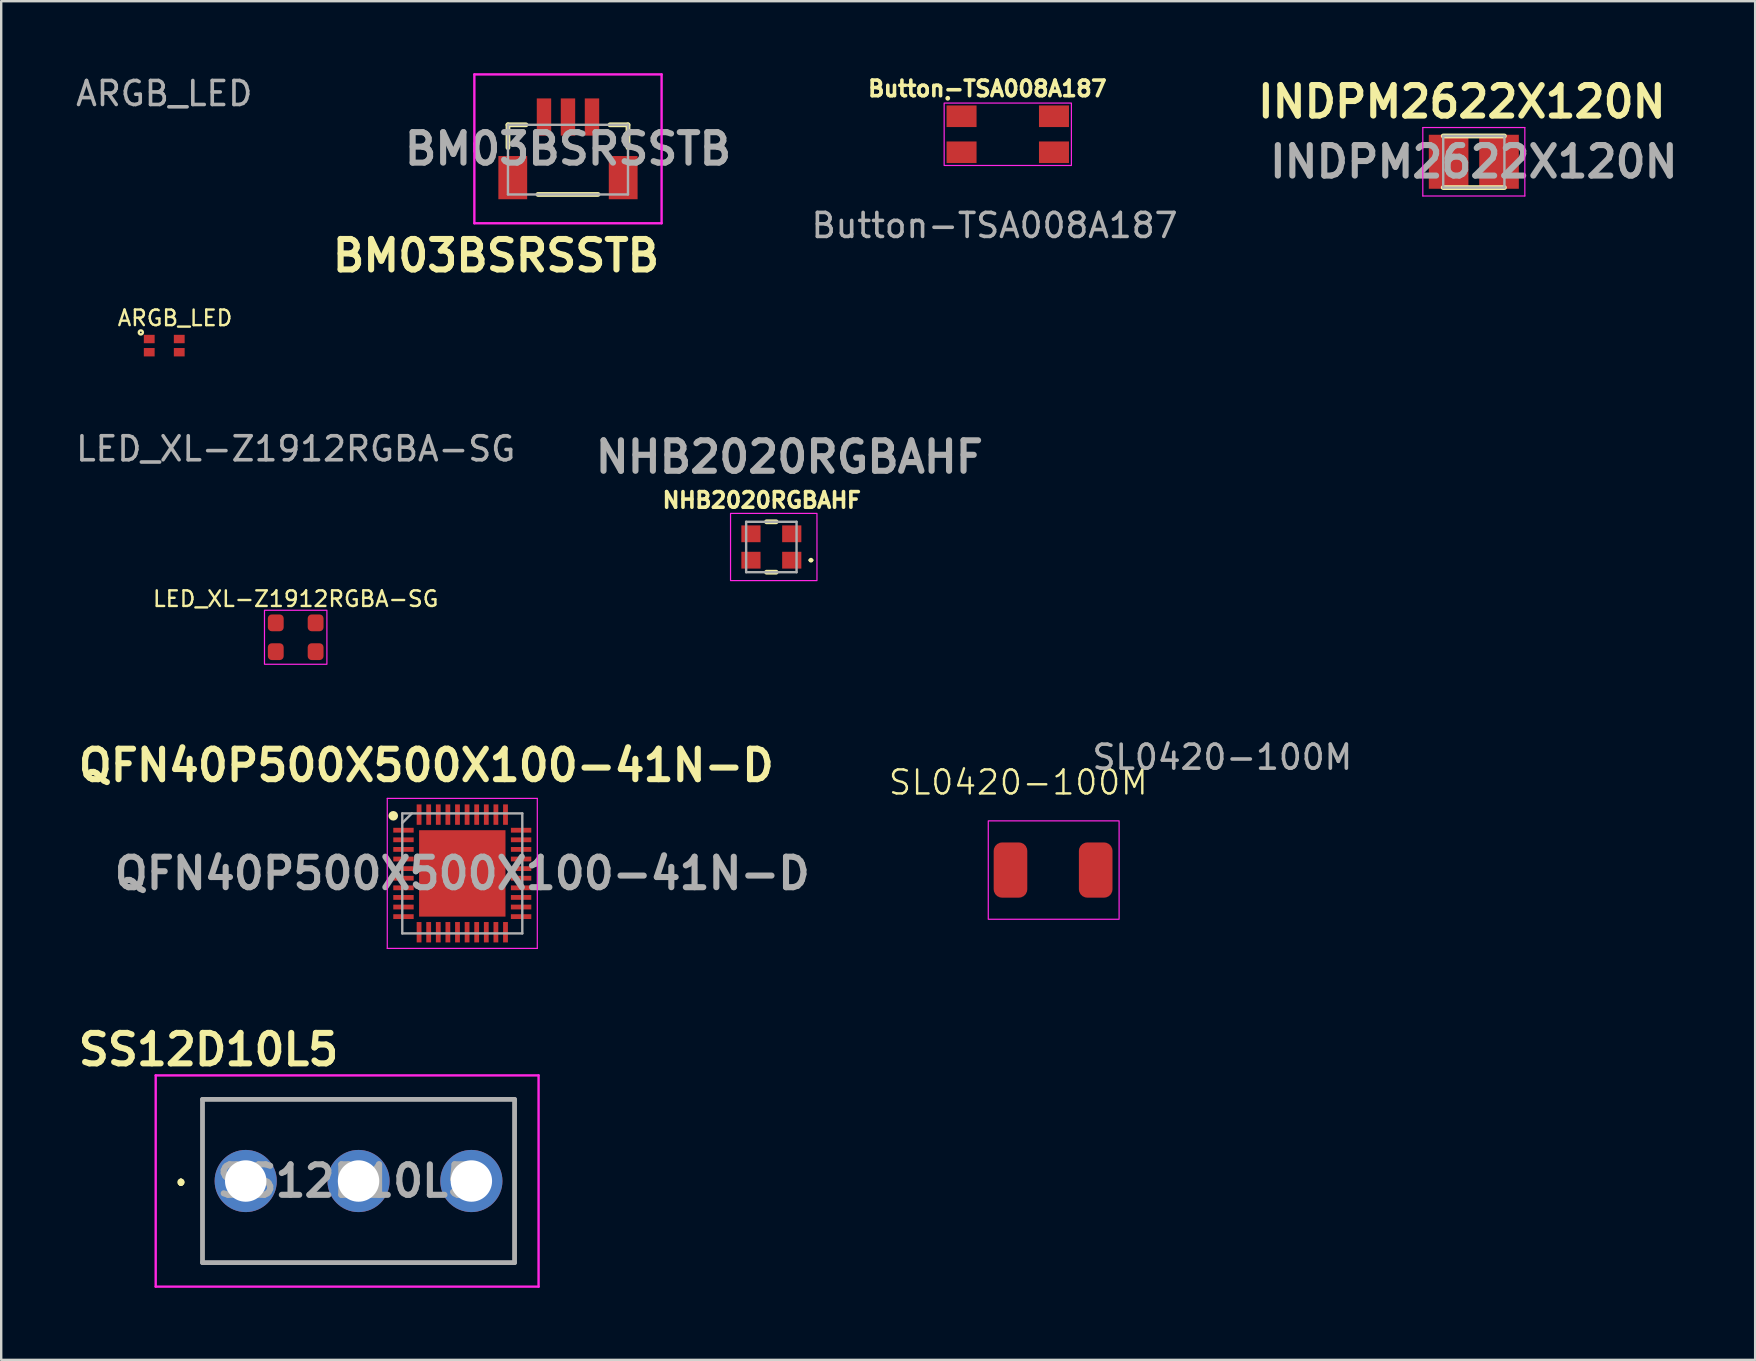
<source format=kicad_pcb>
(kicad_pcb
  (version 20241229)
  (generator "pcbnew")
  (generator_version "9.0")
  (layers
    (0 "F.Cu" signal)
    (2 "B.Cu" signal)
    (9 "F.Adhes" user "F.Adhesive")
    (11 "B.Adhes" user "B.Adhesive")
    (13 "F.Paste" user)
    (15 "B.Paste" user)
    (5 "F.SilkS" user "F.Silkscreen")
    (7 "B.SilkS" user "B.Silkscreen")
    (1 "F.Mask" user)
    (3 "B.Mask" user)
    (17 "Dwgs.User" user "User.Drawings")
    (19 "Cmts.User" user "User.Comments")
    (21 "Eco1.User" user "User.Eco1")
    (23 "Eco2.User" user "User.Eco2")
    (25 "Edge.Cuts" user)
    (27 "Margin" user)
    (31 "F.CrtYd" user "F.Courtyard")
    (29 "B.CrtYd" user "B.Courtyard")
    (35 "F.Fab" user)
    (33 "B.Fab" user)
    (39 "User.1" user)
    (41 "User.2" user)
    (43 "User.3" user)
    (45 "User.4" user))
  (footprint "BM03BSRSSTB"
    (layer "F.Cu")
    (at 20.611 3.6)
    (property "Reference" "BM03BSRSSTB" (at -3 4 0) (layer "F.SilkS") (effects (font (size 1.27 1.27) (thickness 0.254))))
    (attr smd)
    (fp_line (start -2.5 -1.45) (end -2.5 -0.5) (stroke (width 0.2) (type solid)) (layer "F.SilkS"))
    (fp_line (start -1.75 -1.45) (end -2.5 -1.45) (stroke (width 0.2) (type solid)) (layer "F.SilkS"))
    (fp_line (start 1.25 1.45) (end -1.25 1.45) (stroke (width 0.2) (type solid)) (layer "F.SilkS"))
    (fp_line (start 2.5 -1.45) (end 1.75 -1.45) (stroke (width 0.2) (type solid)) (layer "F.SilkS"))
    (fp_line (start 2.5 -0.5) (end 2.5 -1.45) (stroke (width 0.2) (type solid)) (layer "F.SilkS"))
    (fp_line (start -3.9 -3.55) (end -3.9 2.65) (stroke (width 0.1) (type solid)) (layer "F.CrtYd"))
    (fp_line (start -3.9 2.65) (end 3.9 2.65) (stroke (width 0.1) (type solid)) (layer "F.CrtYd"))
    (fp_line (start 3.9 -3.55) (end -3.9 -3.55) (stroke (width 0.1) (type solid)) (layer "F.CrtYd"))
    (fp_line (start 3.9 2.65) (end 3.9 -3.55) (stroke (width 0.1) (type solid)) (layer "F.CrtYd"))
    (fp_line (start -2.5 -1.45) (end 2.5 -1.45) (stroke (width 0.1) (type solid)) (layer "F.Fab"))
    (fp_line (start -2.5 1.45) (end -2.5 -1.45) (stroke (width 0.1) (type solid)) (layer "F.Fab"))
    (fp_line (start 2.5 -1.45) (end 2.5 1.45) (stroke (width 0.1) (type solid)) (layer "F.Fab"))
    (fp_line (start 2.5 1.45) (end -2.5 1.45) (stroke (width 0.1) (type solid)) (layer "F.Fab"))
    (fp_text user "${REFERENCE}" (at 0 -0.45 0) (layer "F.Fab") (effects (font (size 1.27 1.27) (thickness 0.254))))
    (pad "1" smd rect (at 1 -1.775) (size 0.6 1.55) (layers "F.Cu" "F.Mask" "F.Paste"))
    (pad "2" smd rect (at 0 -1.775) (size 0.6 1.55) (layers "F.Cu" "F.Mask" "F.Paste"))
    (pad "3" smd rect (at -1 -1.775) (size 0.6 1.55) (layers "F.Cu" "F.Mask" "F.Paste"))
    (pad "MP1" smd rect (at 2.3 0.75) (size 1.2 1.8) (layers "F.Cu" "F.Mask" "F.Paste"))
    (pad "MP2" smd rect (at -2.3 0.75) (size 1.2 1.8) (layers "F.Cu" "F.Mask" "F.Paste")))
  (footprint "SS12D10L5"
    (layer "F.Cu")
    (at 7.186 46.149)
    (property "Reference" "SS12D10L5" (at -1.55 -5.475 0) (layer "F.SilkS") (effects (font (size 1.27 1.27) (thickness 0.254))))
    (attr through_hole)
    (fp_line (start -2.7 0) (end -2.7 0) (stroke (width 0.2) (type solid)) (layer "F.SilkS"))
    (fp_line (start -2.7 0.1) (end -2.7 0.1) (stroke (width 0.2) (type solid)) (layer "F.SilkS"))
    (fp_line (start -2.7 0.1) (end -2.7 0.1) (stroke (width 0.2) (type solid)) (layer "F.SilkS"))
    (fp_line (start -1.8 -3.4) (end -1.8 -3.4) (stroke (width 0.1) (type solid)) (layer "F.SilkS"))
    (fp_line (start -1.8 -3.4) (end -1.8 -3.4) (stroke (width 0.1) (type solid)) (layer "F.SilkS"))
    (fp_line (start -1.8 -3.4) (end -1.8 -2.25) (stroke (width 0.1) (type solid)) (layer "F.SilkS"))
    (fp_line (start -1.8 -3.4) (end 11.2 -3.4) (stroke (width 0.1) (type solid)) (layer "F.SilkS"))
    (fp_line (start -1.8 -2.25) (end -1.8 -3.4) (stroke (width 0.1) (type solid)) (layer "F.SilkS"))
    (fp_line (start -1.8 -2.25) (end -1.8 -2.25) (stroke (width 0.1) (type solid)) (layer "F.SilkS"))
    (fp_line (start -1.8 2) (end -1.8 2) (stroke (width 0.1) (type solid)) (layer "F.SilkS"))
    (fp_line (start -1.8 2) (end -1.8 3.4) (stroke (width 0.1) (type solid)) (layer "F.SilkS"))
    (fp_line (start -1.8 3.4) (end -1.8 2) (stroke (width 0.1) (type solid)) (layer "F.SilkS"))
    (fp_line (start -1.8 3.4) (end -1.8 3.4) (stroke (width 0.1) (type solid)) (layer "F.SilkS"))
    (fp_line (start -1.8 3.4) (end -1.8 3.4) (stroke (width 0.1) (type solid)) (layer "F.SilkS"))
    (fp_line (start -1.8 3.4) (end 11.2 3.4) (stroke (width 0.1) (type solid)) (layer "F.SilkS"))
    (fp_line (start 11.2 -3.4) (end -1.8 -3.4) (stroke (width 0.1) (type solid)) (layer "F.SilkS"))
    (fp_line (start 11.2 -3.4) (end 11.2 -3.4) (stroke (width 0.1) (type solid)) (layer "F.SilkS"))
    (fp_line (start 11.2 -3.4) (end 11.2 -3.4) (stroke (width 0.1) (type solid)) (layer "F.SilkS"))
    (fp_line (start 11.2 -3.4) (end 11.2 -2) (stroke (width 0.1) (type solid)) (layer "F.SilkS"))
    (fp_line (start 11.2 -2) (end 11.2 -3.4) (stroke (width 0.1) (type solid)) (layer "F.SilkS"))
    (fp_line (start 11.2 -2) (end 11.2 -2) (stroke (width 0.1) (type solid)) (layer "F.SilkS"))
    (fp_line (start 11.2 2) (end 11.2 2) (stroke (width 0.1) (type solid)) (layer "F.SilkS"))
    (fp_line (start 11.2 2) (end 11.2 3.4) (stroke (width 0.1) (type solid)) (layer "F.SilkS"))
    (fp_line (start 11.2 3.4) (end -1.8 3.4) (stroke (width 0.1) (type solid)) (layer "F.SilkS"))
    (fp_line (start 11.2 3.4) (end 11.2 2) (stroke (width 0.1) (type solid)) (layer "F.SilkS"))
    (fp_line (start 11.2 3.4) (end 11.2 3.4) (stroke (width 0.1) (type solid)) (layer "F.SilkS"))
    (fp_line (start 11.2 3.4) (end 11.2 3.4) (stroke (width 0.1) (type solid)) (layer "F.SilkS"))
    (fp_arc (start -2.7 0) (mid -2.65 0.05) (end -2.7 0.1) (stroke (width 0.2) (type solid)) (layer "F.SilkS"))
    (fp_arc (start -2.7 0) (mid -2.65 0.05) (end -2.7 0.1) (stroke (width 0.2) (type solid)) (layer "F.SilkS"))
    (fp_arc (start -2.7 0.1) (mid -2.75 0.05) (end -2.7 0) (stroke (width 0.2) (type solid)) (layer "F.SilkS"))
    (fp_line (start -3.75 -4.4) (end 12.2 -4.4) (stroke (width 0.1) (type solid)) (layer "F.CrtYd"))
    (fp_line (start -3.75 4.4) (end -3.75 -4.4) (stroke (width 0.1) (type solid)) (layer "F.CrtYd"))
    (fp_line (start 12.2 -4.4) (end 12.2 4.4) (stroke (width 0.1) (type solid)) (layer "F.CrtYd"))
    (fp_line (start 12.2 4.4) (end -3.75 4.4) (stroke (width 0.1) (type solid)) (layer "F.CrtYd"))
    (fp_line (start -1.8 -3.4) (end -1.8 3.4) (stroke (width 0.2) (type solid)) (layer "F.Fab"))
    (fp_line (start -1.8 3.4) (end 11.2 3.4) (stroke (width 0.2) (type solid)) (layer "F.Fab"))
    (fp_line (start 11.2 -3.4) (end -1.8 -3.4) (stroke (width 0.2) (type solid)) (layer "F.Fab"))
    (fp_line (start 11.2 3.4) (end 11.2 -3.4) (stroke (width 0.2) (type solid)) (layer "F.Fab"))
    (fp_text user "${REFERENCE}" (at 4.225 0 0) (layer "F.Fab") (effects (font (size 1.27 1.27) (thickness 0.254))))
    (pad "1" thru_hole circle (at 0 0) (size 2.59 2.59) (drill 1.726) (layers "*.Cu" "*.Mask"))
    (pad "2" thru_hole circle (at 4.7 0) (size 2.59 2.59) (drill 1.726) (layers "*.Cu" "*.Mask"))
    (pad "3" thru_hole circle (at 9.4 0) (size 2.59 2.59) (drill 1.726) (layers "*.Cu" "*.Mask")))
  (footprint "ARGB_LED"
    (layer "F.Cu")
    (at 3.792 11.348)
    (property "Reference" "ARGB_LED" (at 0.45 -1.15 0) (unlocked yes) (layer "F.SilkS") (effects (font (size 0.65 0.65) (thickness 0.1))))
    (attr smd)
    (fp_circle (center -0.975 -0.55) (end -0.95 -0.525) (stroke (width 0.1) (type default)) (fill no) (layer "F.SilkS"))
    (fp_text user "${REFERENCE}" (at 0 -10.5 0) (unlocked yes) (layer "F.Fab") (effects (font (size 1 1) (thickness 0.15))))
    (pad "1" smd rect (at -0.625 -0.275) (size 0.45 0.35) (layers "F.Cu" "F.Mask" "F.Paste"))
    (pad "2" smd rect (at 0.625 -0.275) (size 0.45 0.35) (layers "F.Cu" "F.Mask" "F.Paste"))
    (pad "3" smd rect (at -0.625 0.275) (size 0.45 0.35) (layers "F.Cu" "F.Mask" "F.Paste"))
    (pad "4" smd rect (at 0.625 0.275) (size 0.45 0.35) (layers "F.Cu" "F.Mask" "F.Paste")))
  (footprint "NHB2020RGBAHF"
    (layer "F.Cu")
    (at 29.083 19.737)
    (property "Reference" "NHB2020RGBAHF" (at -0.4 -1.95 0) (layer "F.SilkS") (effects (font (size 0.65 0.65) (thickness 0.15) (bold yes))))
    (attr smd)
    (fp_line (start -0.2 -1.05) (end 0.2 -1.05) (stroke (width 0.2) (type solid)) (layer "F.SilkS"))
    (fp_line (start -0.2 1.05) (end 0.2 1.05) (stroke (width 0.2) (type solid)) (layer "F.SilkS"))
    (fp_line (start 1.6 0.55) (end 1.6 0.55) (stroke (width 0.1) (type solid)) (layer "F.SilkS"))
    (fp_line (start 1.7 0.55) (end 1.7 0.55) (stroke (width 0.1) (type solid)) (layer "F.SilkS"))
    (fp_arc (start 1.6 0.55) (mid 1.65 0.5) (end 1.7 0.55) (stroke (width 0.1) (type solid)) (layer "F.SilkS"))
    (fp_arc (start 1.7 0.55) (mid 1.65 0.6) (end 1.6 0.55) (stroke (width 0.1) (type solid)) (layer "F.SilkS"))
    (fp_rect (start -1.7 -1.4) (end 1.9 1.4) (stroke (width 0.05) (type default)) (fill no) (layer "F.CrtYd"))
    (fp_line (start -1.05 -1.05) (end 1.05 -1.05) (stroke (width 0.1) (type solid)) (layer "F.Fab"))
    (fp_line (start -1.05 1.05) (end -1.05 -1.05) (stroke (width 0.1) (type solid)) (layer "F.Fab"))
    (fp_line (start 1.05 -1.05) (end 1.05 1.05) (stroke (width 0.1) (type solid)) (layer "F.Fab"))
    (fp_line (start 1.05 1.05) (end -1.05 1.05) (stroke (width 0.1) (type solid)) (layer "F.Fab"))
    (fp_text user "${REFERENCE}" (at 0.75 -3.75 0) (layer "F.Fab") (effects (font (size 1.27 1.27) (thickness 0.254))))
    (pad "1" smd rect (at 0.85 0.55 90) (size 0.7 0.8) (layers "F.Cu" "F.Mask" "F.Paste"))
    (pad "2" smd rect (at -0.85 0.55 90) (size 0.7 0.8) (layers "F.Cu" "F.Mask" "F.Paste"))
    (pad "3" smd rect (at -0.85 -0.55 90) (size 0.7 0.8) (layers "F.Cu" "F.Mask" "F.Paste"))
    (pad "4" smd rect (at 0.85 -0.55 90) (size 0.7 0.8) (layers "F.Cu" "F.Mask" "F.Paste")))
  (footprint "SL0420-100M"
    (layer "F.Cu")
    (at 40.82 33.195)
    (property "Reference" "SL0420-100M" (at -1.45 -3.65 0) (unlocked yes) (layer "F.SilkS") (effects (font (size 1 1) (thickness 0.1))))
    (attr smd)
    (fp_rect (start -2.7 -2.05) (end 2.75 2.05) (stroke (width 0.05) (type default)) (fill no) (layer "F.CrtYd"))
    (fp_text user "${REFERENCE}" (at 7.05 -4.7 0) (unlocked yes) (layer "F.Fab") (effects (font (size 1 1) (thickness 0.15))))
    (pad "1" smd roundrect (at -1.775 0) (size 1.4 2.3) (layers "F.Cu" "F.Mask" "F.Paste") (roundrect_rratio 0.25))
    (pad "2" smd roundrect (at 1.775 0) (size 1.4 2.3) (layers "F.Cu" "F.Mask" "F.Paste") (roundrect_rratio 0.25)))
  (footprint "LED_XL-Z1912RGBA-SG"
    (layer "F.Cu")
    (at 9.268 23.497)
    (property "Reference" "LED_XL-Z1912RGBA-SG" (at 0 -1.6 0) (layer "F.SilkS") (effects (font (size 0.65 0.65) (thickness 0.1))))
    (attr smd)
    (fp_rect (start -1.3 -1.125) (end 1.3 1.125) (stroke (width 0.05) (type default)) (fill no) (layer "F.CrtYd"))
    (fp_text user "${REFERENCE}" (at 0 -7.85 0) (unlocked yes) (layer "F.Fab") (effects (font (size 1 1) (thickness 0.15))))
    (pad "1" smd roundrect (at 0.83 0.6) (size 0.66 0.7) (layers "F.Cu" "F.Mask" "F.Paste") (roundrect_rratio 0.25))
    (pad "2" smd roundrect (at 0.83 -0.6) (size 0.66 0.7) (layers "F.Cu" "F.Mask" "F.Paste") (roundrect_rratio 0.25))
    (pad "3" smd roundrect (at -0.83 -0.6) (size 0.66 0.7) (layers "F.Cu" "F.Mask" "F.Paste") (roundrect_rratio 0.25))
    (pad "4" smd roundrect (at -0.83 0.6) (size 0.66 0.7) (layers "F.Cu" "F.Mask" "F.Paste") (roundrect_rratio 0.25)))
  (footprint "QFN40P500X500X100-41N-D"
    (layer "F.Cu")
    (at 16.208 33.335)
    (property "Reference" "QFN40P500X500X100-41N-D" (at -1.5 -4.5 0) (layer "F.SilkS") (effects (font (size 1.27 1.27) (thickness 0.254))))
    (attr smd)
    (fp_circle (center -2.875 -2.4) (end -2.875 -2.3) (stroke (width 0.2) (type solid)) (fill no) (layer "F.SilkS"))
    (fp_line (start -3.125 -3.125) (end 3.125 -3.125) (stroke (width 0.05) (type solid)) (layer "F.CrtYd"))
    (fp_line (start -3.125 3.125) (end -3.125 -3.125) (stroke (width 0.05) (type solid)) (layer "F.CrtYd"))
    (fp_line (start 3.125 -3.125) (end 3.125 3.125) (stroke (width 0.05) (type solid)) (layer "F.CrtYd"))
    (fp_line (start 3.125 3.125) (end -3.125 3.125) (stroke (width 0.05) (type solid)) (layer "F.CrtYd"))
    (fp_line (start -2.5 -2.5) (end 2.5 -2.5) (stroke (width 0.1) (type solid)) (layer "F.Fab"))
    (fp_line (start -2.5 -2.1) (end -2.1 -2.5) (stroke (width 0.1) (type solid)) (layer "F.Fab"))
    (fp_line (start -2.5 2.5) (end -2.5 -2.5) (stroke (width 0.1) (type solid)) (layer "F.Fab"))
    (fp_line (start 2.5 -2.5) (end 2.5 2.5) (stroke (width 0.1) (type solid)) (layer "F.Fab"))
    (fp_line (start 2.5 2.5) (end -2.5 2.5) (stroke (width 0.1) (type solid)) (layer "F.Fab"))
    (fp_text user "${REFERENCE}" (at 0 0 0) (layer "F.Fab") (effects (font (size 1.27 1.27) (thickness 0.254))))
    (pad "1" smd rect (at -2.45 -1.8 90) (size 0.2 0.85) (layers "F.Cu" "F.Mask" "F.Paste"))
    (pad "2" smd rect (at -2.45 -1.4 90) (size 0.2 0.85) (layers "F.Cu" "F.Mask" "F.Paste"))
    (pad "3" smd rect (at -2.45 -1 90) (size 0.2 0.85) (layers "F.Cu" "F.Mask" "F.Paste"))
    (pad "4" smd rect (at -2.45 -0.6 90) (size 0.2 0.85) (layers "F.Cu" "F.Mask" "F.Paste"))
    (pad "5" smd rect (at -2.45 -0.2 90) (size 0.2 0.85) (layers "F.Cu" "F.Mask" "F.Paste"))
    (pad "6" smd rect (at -2.45 0.2 90) (size 0.2 0.85) (layers "F.Cu" "F.Mask" "F.Paste"))
    (pad "7" smd rect (at -2.45 0.6 90) (size 0.2 0.85) (layers "F.Cu" "F.Mask" "F.Paste"))
    (pad "8" smd rect (at -2.45 1 90) (size 0.2 0.85) (layers "F.Cu" "F.Mask" "F.Paste"))
    (pad "9" smd rect (at -2.45 1.4 90) (size 0.2 0.85) (layers "F.Cu" "F.Mask" "F.Paste"))
    (pad "10" smd rect (at -2.45 1.8 90) (size 0.2 0.85) (layers "F.Cu" "F.Mask" "F.Paste"))
    (pad "11" smd rect (at -1.8 2.45) (size 0.2 0.85) (layers "F.Cu" "F.Mask" "F.Paste"))
    (pad "12" smd rect (at -1.4 2.45) (size 0.2 0.85) (layers "F.Cu" "F.Mask" "F.Paste"))
    (pad "13" smd rect (at -1 2.45) (size 0.2 0.85) (layers "F.Cu" "F.Mask" "F.Paste"))
    (pad "14" smd rect (at -0.6 2.45) (size 0.2 0.85) (layers "F.Cu" "F.Mask" "F.Paste"))
    (pad "15" smd rect (at -0.2 2.45) (size 0.2 0.85) (layers "F.Cu" "F.Mask" "F.Paste"))
    (pad "16" smd rect (at 0.2 2.45) (size 0.2 0.85) (layers "F.Cu" "F.Mask" "F.Paste"))
    (pad "17" smd rect (at 0.6 2.45) (size 0.2 0.85) (layers "F.Cu" "F.Mask" "F.Paste"))
    (pad "18" smd rect (at 1 2.45) (size 0.2 0.85) (layers "F.Cu" "F.Mask" "F.Paste"))
    (pad "19" smd rect (at 1.4 2.45) (size 0.2 0.85) (layers "F.Cu" "F.Mask" "F.Paste"))
    (pad "20" smd rect (at 1.8 2.45) (size 0.2 0.85) (layers "F.Cu" "F.Mask" "F.Paste"))
    (pad "21" smd rect (at 2.45 1.8 90) (size 0.2 0.85) (layers "F.Cu" "F.Mask" "F.Paste"))
    (pad "22" smd rect (at 2.45 1.4 90) (size 0.2 0.85) (layers "F.Cu" "F.Mask" "F.Paste"))
    (pad "23" smd rect (at 2.45 1 90) (size 0.2 0.85) (layers "F.Cu" "F.Mask" "F.Paste"))
    (pad "24" smd rect (at 2.45 0.6 90) (size 0.2 0.85) (layers "F.Cu" "F.Mask" "F.Paste"))
    (pad "25" smd rect (at 2.45 0.2 90) (size 0.2 0.85) (layers "F.Cu" "F.Mask" "F.Paste"))
    (pad "26" smd rect (at 2.45 -0.2 90) (size 0.2 0.85) (layers "F.Cu" "F.Mask" "F.Paste"))
    (pad "27" smd rect (at 2.45 -0.6 90) (size 0.2 0.85) (layers "F.Cu" "F.Mask" "F.Paste"))
    (pad "28" smd rect (at 2.45 -1 90) (size 0.2 0.85) (layers "F.Cu" "F.Mask" "F.Paste"))
    (pad "29" smd rect (at 2.45 -1.4 90) (size 0.2 0.85) (layers "F.Cu" "F.Mask" "F.Paste"))
    (pad "30" smd rect (at 2.45 -1.8 90) (size 0.2 0.85) (layers "F.Cu" "F.Mask" "F.Paste"))
    (pad "31" smd rect (at 1.8 -2.45) (size 0.2 0.85) (layers "F.Cu" "F.Mask" "F.Paste"))
    (pad "32" smd rect (at 1.4 -2.45) (size 0.2 0.85) (layers "F.Cu" "F.Mask" "F.Paste"))
    (pad "33" smd rect (at 1 -2.45) (size 0.2 0.85) (layers "F.Cu" "F.Mask" "F.Paste"))
    (pad "34" smd rect (at 0.6 -2.45) (size 0.2 0.85) (layers "F.Cu" "F.Mask" "F.Paste"))
    (pad "35" smd rect (at 0.2 -2.45) (size 0.2 0.85) (layers "F.Cu" "F.Mask" "F.Paste"))
    (pad "36" smd rect (at -0.2 -2.45) (size 0.2 0.85) (layers "F.Cu" "F.Mask" "F.Paste"))
    (pad "37" smd rect (at -0.6 -2.45) (size 0.2 0.85) (layers "F.Cu" "F.Mask" "F.Paste"))
    (pad "38" smd rect (at -1 -2.45) (size 0.2 0.85) (layers "F.Cu" "F.Mask" "F.Paste"))
    (pad "39" smd rect (at -1.4 -2.45) (size 0.2 0.85) (layers "F.Cu" "F.Mask" "F.Paste"))
    (pad "40" smd rect (at -1.8 -2.45) (size 0.2 0.85) (layers "F.Cu" "F.Mask" "F.Paste"))
    (pad "41" smd rect (at 0 0) (size 3.6 3.6) (layers "F.Cu" "F.Mask" "F.Paste")))
  (footprint "Button-TSA008A187"
    (layer "F.Cu")
    (at 38.932 2.543)
    (property "Reference" "Button-TSA008A187" (at -0.85 -1.9 0) (unlocked yes) (layer "F.SilkS") (effects (font (size 0.65 0.65) (thickness 0.15))))
    (attr smd)
    (fp_circle (center -2.5 -1.5) (end -2.5 -1.55) (stroke (width 0.1) (type default)) (fill no) (layer "F.SilkS"))
    (fp_rect (start -2.65 -1.3) (end 2.65 1.3) (stroke (width 0.05) (type default)) (fill no) (layer "F.CrtYd"))
    (fp_text user "${REFERENCE}" (at -0.55 3.8 0) (unlocked yes) (layer "F.Fab") (effects (font (size 1 1) (thickness 0.15))))
    (pad "1" smd rect (at -1.925 -0.75 90) (size 0.9 1.25) (layers "F.Cu" "F.Mask" "F.Paste"))
    (pad "1" smd rect (at 1.925 -0.75 90) (size 0.9 1.25) (layers "F.Cu" "F.Mask" "F.Paste"))
    (pad "2" smd rect (at -1.925 0.75 90) (size 0.9 1.25) (layers "F.Cu" "F.Mask" "F.Paste"))
    (pad "2" smd rect (at 1.925 0.75 90) (size 0.9 1.25) (layers "F.Cu" "F.Mask" "F.Paste")))
  (footprint "INDPM2622X120N"
    (layer "F.Cu")
    (at 58.347 3.689)
    (property "Reference" "INDPM2622X120N" (at -0.5 -2.5 0) (layer "F.SilkS") (effects (font (size 1.27 1.27) (thickness 0.254))))
    (attr smd)
    (fp_line (start -1.275 1.075) (end 1.275 1.075) (stroke (width 0.2) (type solid)) (layer "F.SilkS"))
    (fp_line (start 1.275 -1.075) (end -1.275 -1.075) (stroke (width 0.2) (type solid)) (layer "F.SilkS"))
    (fp_line (start -2.125 -1.425) (end 2.125 -1.425) (stroke (width 0.05) (type solid)) (layer "F.CrtYd"))
    (fp_line (start -2.125 1.425) (end -2.125 -1.425) (stroke (width 0.05) (type solid)) (layer "F.CrtYd"))
    (fp_line (start 2.125 -1.425) (end 2.125 1.425) (stroke (width 0.05) (type solid)) (layer "F.CrtYd"))
    (fp_line (start 2.125 1.425) (end -2.125 1.425) (stroke (width 0.05) (type solid)) (layer "F.CrtYd"))
    (fp_line (start -1.275 -1.075) (end 1.275 -1.075) (stroke (width 0.1) (type solid)) (layer "F.Fab"))
    (fp_line (start -1.275 1.075) (end -1.275 -1.075) (stroke (width 0.1) (type solid)) (layer "F.Fab"))
    (fp_line (start 1.275 -1.075) (end 1.275 1.075) (stroke (width 0.1) (type solid)) (layer "F.Fab"))
    (fp_line (start 1.275 1.075) (end -1.275 1.075) (stroke (width 0.1) (type solid)) (layer "F.Fab"))
    (fp_text user "${REFERENCE}" (at 0 0 0) (layer "F.Fab") (effects (font (size 1.27 1.27) (thickness 0.254))))
    (pad "1" smd rect (at -1.05 0) (size 1.65 2.25) (layers "F.Cu" "F.Mask" "F.Paste"))
    (pad "2" smd rect (at 1.05 0) (size 1.65 2.25) (layers "F.Cu" "F.Mask" "F.Paste")))
  (gr_rect
    (start -3 -3)
    (end 70.067 53.599)
    (stroke (width 0.1) (type default))
    (fill no)
    (layer "Edge.Cuts")))
</source>
